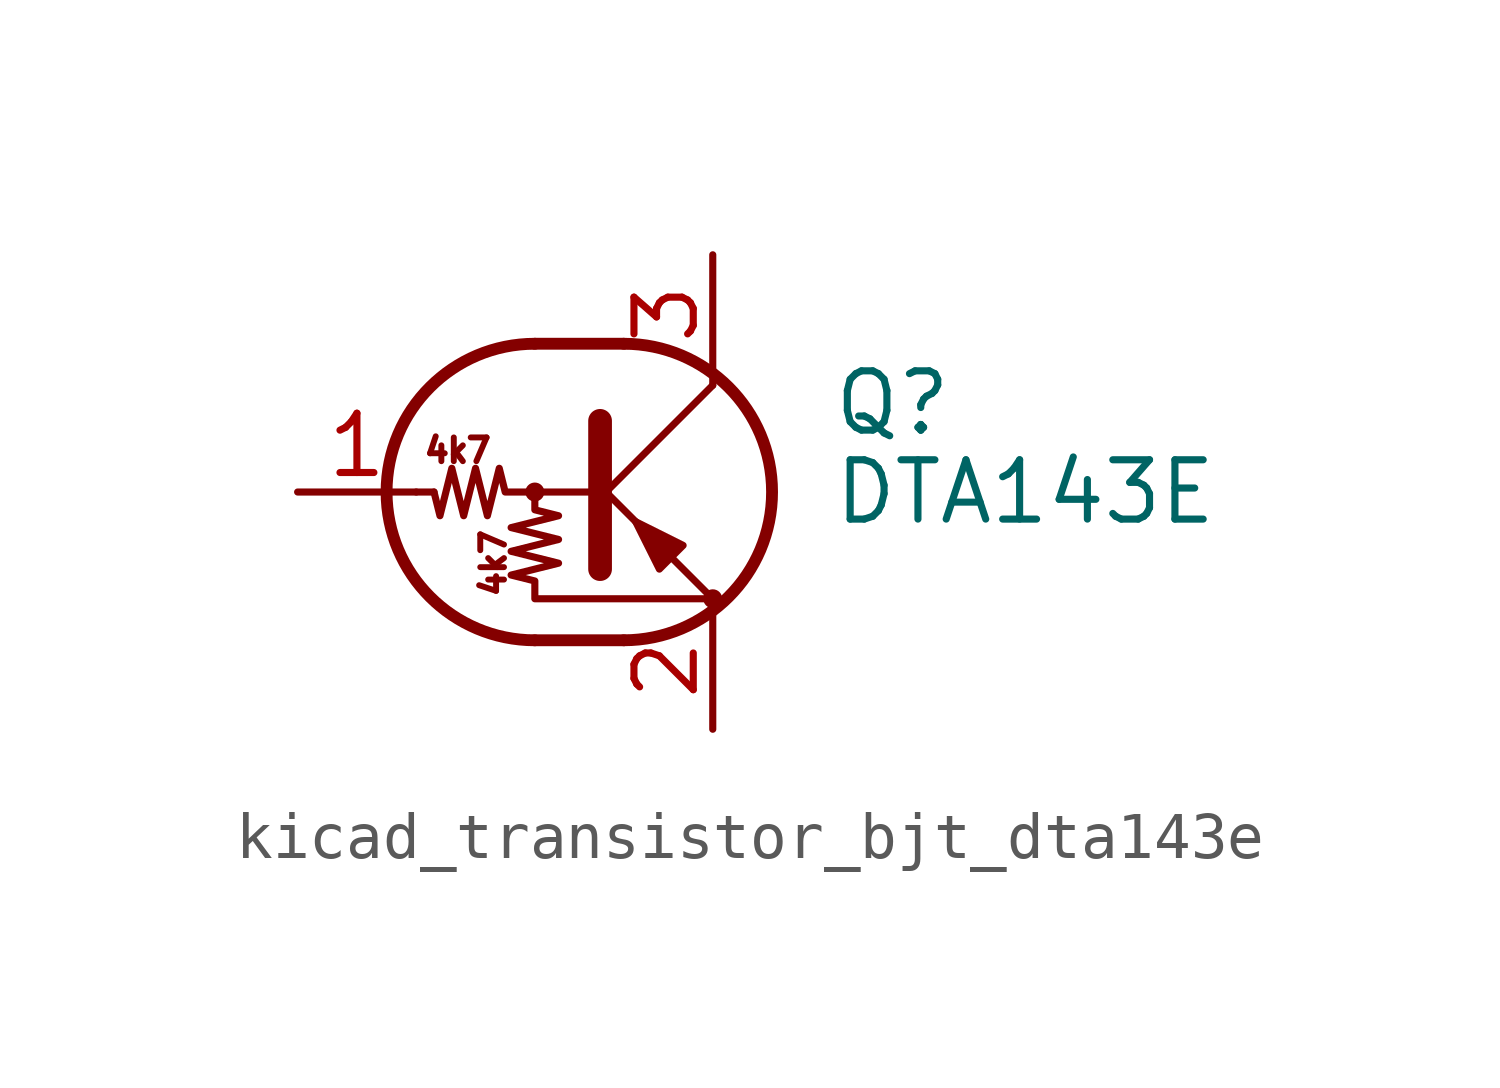
<source format=kicad_sym>
(kicad_symbol_lib
  (version 20220914)
  (generator kicad_symbol_editor)
  (symbol "kicad_transistor_bjt_dta143e"
    (pin_names
      (offset 0) hide)
    (property "Reference" "Q"
      (at 5.08 1.905 0)
      (effects (font (size 1.27 1.27)) (justify left)))
    (property "Value" "DTA143E"
      (at 5.08 0 0)
      (effects (font (size 1.27 1.27)) (justify left)))
    (symbol "kicad_transistor_bjt_dta143e_0_0"
      (text "4k7" (at -2.921 0.889 0) (effects (font (size 0.508 0.508))))
      (text "4k7" (at -2.159 -1.524 900) (effects (font (size 0.508 0.508)))))
    (symbol "kicad_transistor_bjt_dta143e_0_1"
      (circle (center -1.27 0) (radius 0.127) (stroke (width 0) (type default)) (fill (type none)))
      (arc (start -1.27 3.175) (mid -4.4312 0) (end -1.27 -3.175) (stroke (width 0.254) (type default)) (fill (type none)))
      (polyline (pts (xy -3.429 0) (xy -3.81 0)) (stroke (width 0) (type default)) (fill (type none)))
      (polyline (pts (xy -1.27 -3.175) (xy 0.635 -3.175)) (stroke (width 0.254) (type default)) (fill (type none)))
      (polyline (pts (xy -1.27 3.175) (xy 0.635 3.175)) (stroke (width 0.254) (type default)) (fill (type none)))
      (polyline (pts (xy 0 -0.254) (xy 2.54 2.286)) (stroke (width 0) (type default)) (fill (type none)))
      (polyline (pts (xy 0.127 1.524) (xy 0.127 -1.651)) (stroke (width 0.508) (type default)) (fill (type outline)))
      (polyline (pts (xy 2.54 2.286) (xy 2.54 2.54)) (stroke (width 0) (type default)) (fill (type none)))
      (polyline (pts (xy 2.54 -2.286) (xy 0 0.254) (xy 0 0.254)) (stroke (width 0) (type default)) (fill (type none)))
      (polyline (pts (xy 1.397 -1.651) (xy 1.905 -1.143) (xy 0.889 -0.635) (xy 1.397 -1.651)) (stroke (width 0) (type default)) (fill (type outline)))
      (polyline (pts (xy 0 0) (xy -1.905 0) (xy -2.032 0.508) (xy -2.286 -0.508) (xy -2.54 0.508) (xy -2.794 -0.508) (xy -3.048 0.508) (xy -3.302 -0.508) (xy -3.429 0)) (stroke (width 0) (type default)) (fill (type none)))
      (polyline (pts (xy -1.27 0) (xy -1.27 -0.381) (xy -0.762 -0.508) (xy -1.778 -0.762) (xy -0.762 -1.016) (xy -1.778 -1.27) (xy -0.762 -1.524) (xy -1.778 -1.778) (xy -1.27 -1.905) (xy -1.27 -2.286) (xy 2.54 -2.286)) (stroke (width 0) (type default)) (fill (type none)))
      (arc (start 0.635 -3.175) (mid 3.7962 0) (end 0.635 3.175) (stroke (width 0.254) (type default)) (fill (type none)))
      (circle (center 2.54 -2.286) (radius 0.127) (stroke (width 0) (type default)) (fill (type none))))
    (symbol "kicad_transistor_bjt_dta143e_1_1"
      (pin input line (at -6.35 0 0) (length 2.54) (name "B" (effects (font (size 1.27 1.27)))) (number "1" (effects (font (size 1.27 1.27)))))
      (pin passive line (at 2.54 -5.08 90) (length 2.54) (name "E" (effects (font (size 1.27 1.27)))) (number "2" (effects (font (size 1.27 1.27)))))
      (pin passive line (at 2.54 5.08 270) (length 2.54) (name "C" (effects (font (size 1.27 1.27)))) (number "3" (effects (font (size 1.27 1.27))))))))
</source>
